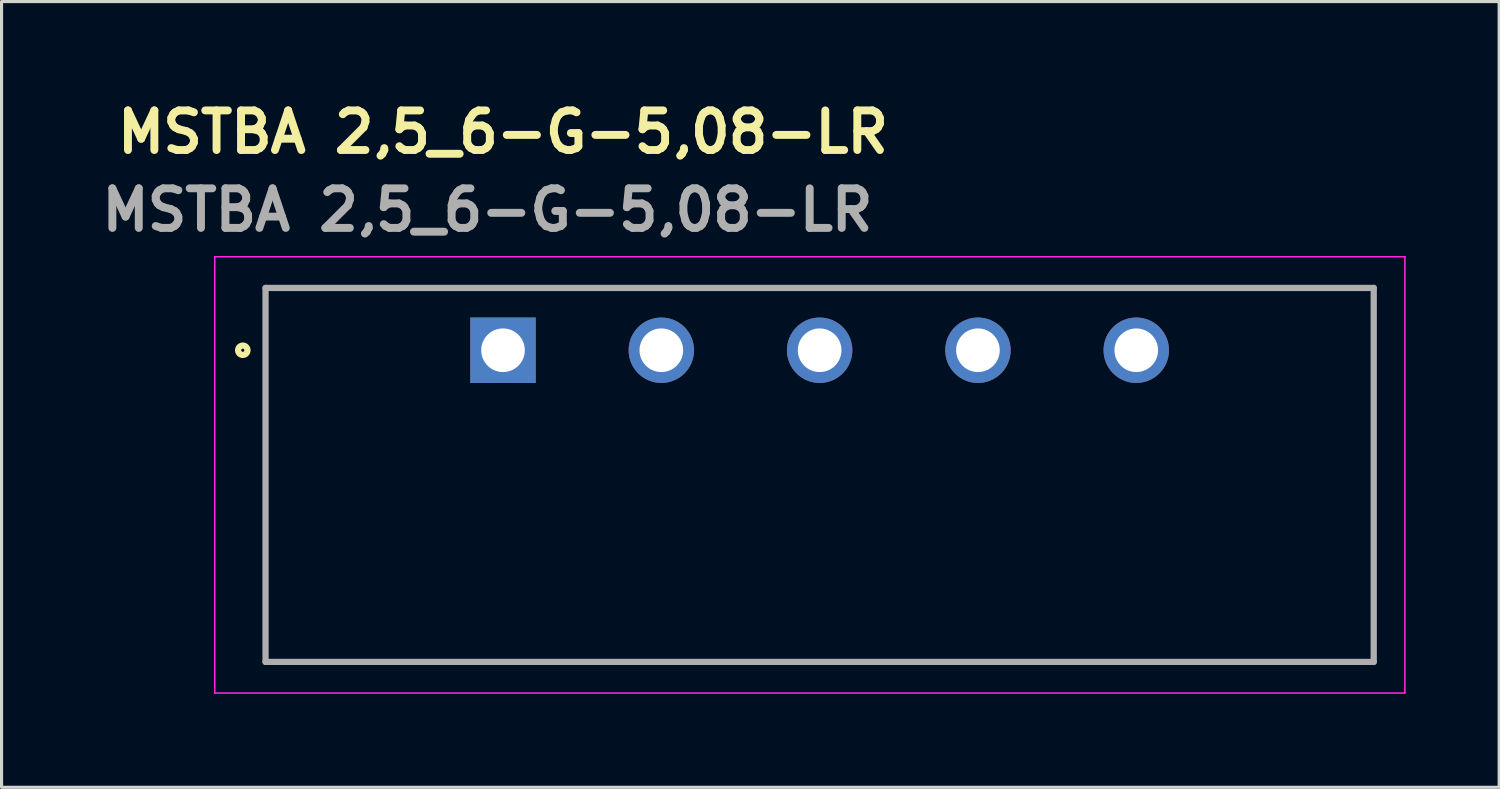
<source format=kicad_pcb>
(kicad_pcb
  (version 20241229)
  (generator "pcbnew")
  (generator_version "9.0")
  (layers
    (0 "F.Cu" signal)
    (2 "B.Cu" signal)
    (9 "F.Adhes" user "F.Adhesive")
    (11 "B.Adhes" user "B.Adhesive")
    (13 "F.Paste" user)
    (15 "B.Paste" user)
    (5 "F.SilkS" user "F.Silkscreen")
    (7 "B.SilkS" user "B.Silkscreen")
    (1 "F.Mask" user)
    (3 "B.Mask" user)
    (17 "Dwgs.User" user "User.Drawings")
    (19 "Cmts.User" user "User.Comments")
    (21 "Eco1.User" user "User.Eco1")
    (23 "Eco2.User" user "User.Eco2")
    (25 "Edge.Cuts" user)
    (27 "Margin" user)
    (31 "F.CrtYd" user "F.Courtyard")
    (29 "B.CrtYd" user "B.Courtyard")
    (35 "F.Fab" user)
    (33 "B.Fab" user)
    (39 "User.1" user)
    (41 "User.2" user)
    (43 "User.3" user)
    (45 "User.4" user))
  (footprint "MSTBA 2,5_6-G-5,08-LR"
    (layer "F.Cu")
    (at 13.091 8.189)
    (property "Reference" "MSTBA 2,5_6-G-5,08-LR" (at 0 -7 0) (layer "F.SilkS") (effects (font (size 1.27 1.27) (thickness 0.254))))
    (attr through_hole)
    (fp_line (start -7.62 -2) (end 27.94 -2) (stroke (width 0.1) (type solid)) (layer "F.SilkS"))
    (fp_line (start -7.62 10) (end -7.62 -2) (stroke (width 0.1) (type solid)) (layer "F.SilkS"))
    (fp_line (start 27.94 -2) (end 27.94 10) (stroke (width 0.1) (type solid)) (layer "F.SilkS"))
    (fp_line (start 27.94 10) (end -7.62 10) (stroke (width 0.1) (type solid)) (layer "F.SilkS"))
    (fp_circle (center -8.35 0) (end -8.35 0.05) (stroke (width 0.2) (type solid)) (fill no) (layer "F.SilkS"))
    (fp_line (start -9.25 -3) (end 28.94 -3) (stroke (width 0.05) (type solid)) (layer "F.CrtYd"))
    (fp_line (start -9.25 11) (end -9.25 -3) (stroke (width 0.05) (type solid)) (layer "F.CrtYd"))
    (fp_line (start 28.94 -3) (end 28.94 11) (stroke (width 0.05) (type solid)) (layer "F.CrtYd"))
    (fp_line (start 28.94 11) (end -9.25 11) (stroke (width 0.05) (type solid)) (layer "F.CrtYd"))
    (fp_line (start -7.62 -2) (end 27.94 -2) (stroke (width 0.2) (type solid)) (layer "F.Fab"))
    (fp_line (start -7.62 10) (end -7.62 -2) (stroke (width 0.2) (type solid)) (layer "F.Fab"))
    (fp_line (start 27.94 -2) (end 27.94 10) (stroke (width 0.2) (type solid)) (layer "F.Fab"))
    (fp_line (start 27.94 10) (end -7.62 10) (stroke (width 0.2) (type solid)) (layer "F.Fab"))
    (fp_text user "${REFERENCE}" (at -0.5 -4.5 0) (layer "F.Fab") (effects (font (size 1.27 1.27) (thickness 0.254))))
    (pad "1" thru_hole rect (at 0 0) (size 2.1 2.1) (drill 1.4) (layers "*.Cu" "*.Mask"))
    (pad "2" thru_hole circle (at 5.08 0) (size 2.1 2.1) (drill 1.4) (layers "*.Cu" "*.Mask"))
    (pad "3" thru_hole circle (at 10.16 0) (size 2.1 2.1) (drill 1.4) (layers "*.Cu" "*.Mask"))
    (pad "4" thru_hole circle (at 15.24 0) (size 2.1 2.1) (drill 1.4) (layers "*.Cu" "*.Mask"))
    (pad "5" thru_hole circle (at 20.32 0) (size 2.1 2.1) (drill 1.4) (layers "*.Cu" "*.Mask")))
  (gr_rect
    (start -3 -3)
    (end 45.056 22.214)
    (stroke (width 0.1) (type default))
    (fill no)
    (layer "Edge.Cuts")))
</source>
